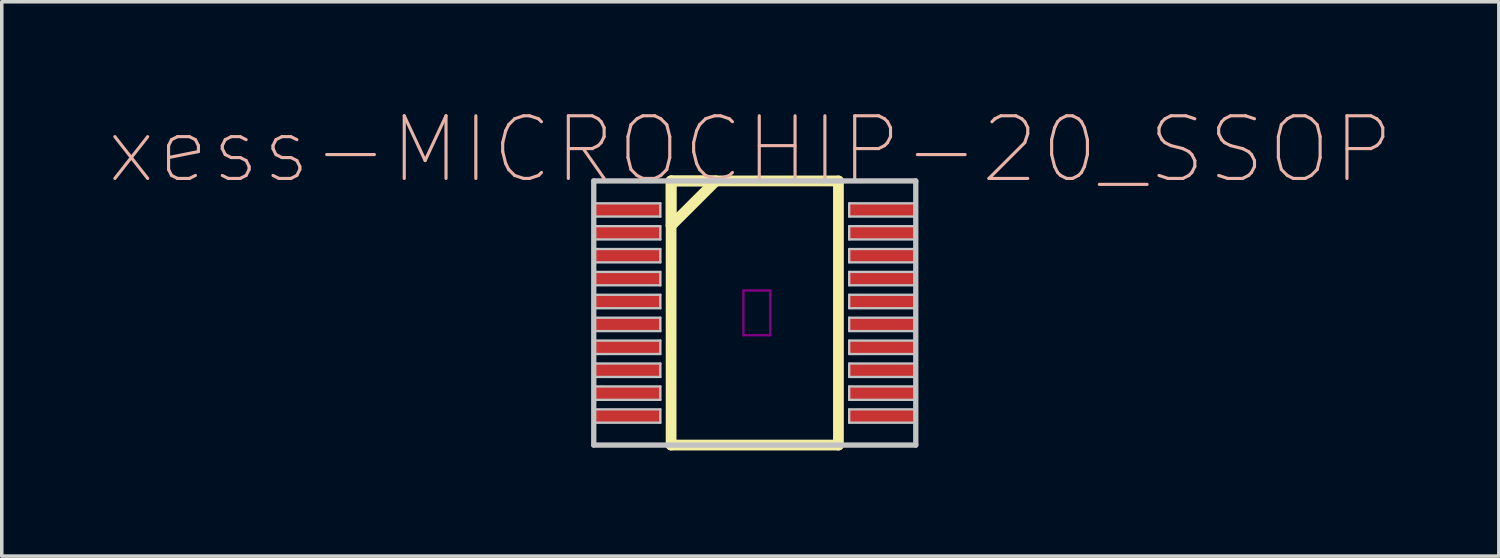
<source format=kicad_pcb>
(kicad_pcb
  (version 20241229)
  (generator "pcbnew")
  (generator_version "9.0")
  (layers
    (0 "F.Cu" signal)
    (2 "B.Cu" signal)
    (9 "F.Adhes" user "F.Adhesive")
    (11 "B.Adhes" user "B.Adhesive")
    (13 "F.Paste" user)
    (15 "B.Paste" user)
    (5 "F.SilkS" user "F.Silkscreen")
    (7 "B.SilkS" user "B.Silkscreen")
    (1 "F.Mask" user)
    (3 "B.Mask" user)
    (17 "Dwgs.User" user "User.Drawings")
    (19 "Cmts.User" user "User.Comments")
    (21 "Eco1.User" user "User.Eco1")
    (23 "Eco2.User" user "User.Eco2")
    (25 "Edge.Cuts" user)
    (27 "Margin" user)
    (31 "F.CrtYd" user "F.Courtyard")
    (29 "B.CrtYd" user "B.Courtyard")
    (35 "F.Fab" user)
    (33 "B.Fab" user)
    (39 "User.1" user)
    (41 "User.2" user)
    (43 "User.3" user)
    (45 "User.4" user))
  (footprint "xess-MICROCHIP-20_SSOP"
    (layer "F.Cu")
    (at 14.746 2.908)
    (property "Reference" "xess-MICROCHIP-20_SSOP" (at 3.498 -1.712 0) (layer "B.SilkS") (effects (font (size 1.778 1.778) (thickness 0.089))))
    (attr smd)
    (fp_line (start 1.25 -0.823) (end 1.25 0.445) (stroke (width 0.305) (type solid)) (layer "F.SilkS"))
    (fp_line (start 1.25 -0.823) (end 1.25 6.673) (stroke (width 0.305) (type solid)) (layer "F.SilkS"))
    (fp_line (start 1.25 0.445) (end 2.52 -0.823) (stroke (width 0.305) (type solid)) (layer "F.SilkS"))
    (fp_line (start 1.25 6.673) (end 5.999 6.673) (stroke (width 0.305) (type solid)) (layer "F.SilkS"))
    (fp_line (start 2.52 -0.823) (end 1.25 -0.823) (stroke (width 0.305) (type solid)) (layer "F.SilkS"))
    (fp_line (start 5.999 -0.823) (end 1.25 -0.823) (stroke (width 0.305) (type solid)) (layer "F.SilkS"))
    (fp_line (start 5.999 6.673) (end 5.999 -0.823) (stroke (width 0.305) (type solid)) (layer "F.SilkS"))
    (fp_line (start 3.302 2.286) (end 4.064 2.286) (stroke (width 0.066) (type solid)) (layer "F.Adhes"))
    (fp_line (start 3.302 3.556) (end 3.302 2.286) (stroke (width 0.066) (type solid)) (layer "F.Adhes"))
    (fp_line (start 3.302 3.556) (end 4.064 3.556) (stroke (width 0.066) (type solid)) (layer "F.Adhes"))
    (fp_line (start 4.064 3.556) (end 4.064 2.286) (stroke (width 0.066) (type solid)) (layer "F.Adhes"))
    (fp_line (start -0.945 -0.823) (end -0.945 6.673) (stroke (width 0.15) (type solid)) (layer "Dwgs.User"))
    (fp_line (start -0.945 -0.188) (end 0.945 -0.188) (stroke (width 0.066) (type solid)) (layer "Dwgs.User"))
    (fp_line (start -0.945 0.188) (end -0.945 -0.188) (stroke (width 0.066) (type solid)) (layer "Dwgs.User"))
    (fp_line (start -0.945 0.188) (end 0.945 0.188) (stroke (width 0.066) (type solid)) (layer "Dwgs.User"))
    (fp_line (start -0.945 0.46) (end 0.945 0.46) (stroke (width 0.066) (type solid)) (layer "Dwgs.User"))
    (fp_line (start -0.945 0.838) (end -0.945 0.46) (stroke (width 0.066) (type solid)) (layer "Dwgs.User"))
    (fp_line (start -0.945 0.838) (end 0.945 0.838) (stroke (width 0.066) (type solid)) (layer "Dwgs.User"))
    (fp_line (start -0.945 1.11) (end 0.945 1.11) (stroke (width 0.066) (type solid)) (layer "Dwgs.User"))
    (fp_line (start -0.945 1.488) (end -0.945 1.11) (stroke (width 0.066) (type solid)) (layer "Dwgs.User"))
    (fp_line (start -0.945 1.488) (end 0.945 1.488) (stroke (width 0.066) (type solid)) (layer "Dwgs.User"))
    (fp_line (start -0.945 1.758) (end 0.945 1.758) (stroke (width 0.066) (type solid)) (layer "Dwgs.User"))
    (fp_line (start -0.945 2.139) (end -0.945 1.758) (stroke (width 0.066) (type solid)) (layer "Dwgs.User"))
    (fp_line (start -0.945 2.139) (end 0.945 2.139) (stroke (width 0.066) (type solid)) (layer "Dwgs.User"))
    (fp_line (start -0.945 2.408) (end 0.945 2.408) (stroke (width 0.066) (type solid)) (layer "Dwgs.User"))
    (fp_line (start -0.945 2.789) (end -0.945 2.408) (stroke (width 0.066) (type solid)) (layer "Dwgs.User"))
    (fp_line (start -0.945 2.789) (end 0.945 2.789) (stroke (width 0.066) (type solid)) (layer "Dwgs.User"))
    (fp_line (start -0.945 3.058) (end 0.945 3.058) (stroke (width 0.066) (type solid)) (layer "Dwgs.User"))
    (fp_line (start -0.945 3.439) (end -0.945 3.058) (stroke (width 0.066) (type solid)) (layer "Dwgs.User"))
    (fp_line (start -0.945 3.439) (end 0.945 3.439) (stroke (width 0.066) (type solid)) (layer "Dwgs.User"))
    (fp_line (start -0.945 3.708) (end 0.945 3.708) (stroke (width 0.066) (type solid)) (layer "Dwgs.User"))
    (fp_line (start -0.945 4.089) (end -0.945 3.708) (stroke (width 0.066) (type solid)) (layer "Dwgs.User"))
    (fp_line (start -0.945 4.089) (end 0.945 4.089) (stroke (width 0.066) (type solid)) (layer "Dwgs.User"))
    (fp_line (start -0.945 4.359) (end 0.945 4.359) (stroke (width 0.066) (type solid)) (layer "Dwgs.User"))
    (fp_line (start -0.945 4.74) (end -0.945 4.359) (stroke (width 0.066) (type solid)) (layer "Dwgs.User"))
    (fp_line (start -0.945 4.74) (end 0.945 4.74) (stroke (width 0.066) (type solid)) (layer "Dwgs.User"))
    (fp_line (start -0.945 5.009) (end 0.945 5.009) (stroke (width 0.066) (type solid)) (layer "Dwgs.User"))
    (fp_line (start -0.945 5.39) (end -0.945 5.009) (stroke (width 0.066) (type solid)) (layer "Dwgs.User"))
    (fp_line (start -0.945 5.39) (end 0.945 5.39) (stroke (width 0.066) (type solid)) (layer "Dwgs.User"))
    (fp_line (start -0.945 5.659) (end 0.945 5.659) (stroke (width 0.066) (type solid)) (layer "Dwgs.User"))
    (fp_line (start -0.945 6.038) (end -0.945 5.659) (stroke (width 0.066) (type solid)) (layer "Dwgs.User"))
    (fp_line (start -0.945 6.038) (end 0.945 6.038) (stroke (width 0.066) (type solid)) (layer "Dwgs.User"))
    (fp_line (start -0.945 6.673) (end 8.194 6.673) (stroke (width 0.15) (type solid)) (layer "Dwgs.User"))
    (fp_line (start 0.945 0.188) (end 0.945 -0.188) (stroke (width 0.066) (type solid)) (layer "Dwgs.User"))
    (fp_line (start 0.945 0.838) (end 0.945 0.46) (stroke (width 0.066) (type solid)) (layer "Dwgs.User"))
    (fp_line (start 0.945 1.488) (end 0.945 1.11) (stroke (width 0.066) (type solid)) (layer "Dwgs.User"))
    (fp_line (start 0.945 2.139) (end 0.945 1.758) (stroke (width 0.066) (type solid)) (layer "Dwgs.User"))
    (fp_line (start 0.945 2.789) (end 0.945 2.408) (stroke (width 0.066) (type solid)) (layer "Dwgs.User"))
    (fp_line (start 0.945 3.439) (end 0.945 3.058) (stroke (width 0.066) (type solid)) (layer "Dwgs.User"))
    (fp_line (start 0.945 4.089) (end 0.945 3.708) (stroke (width 0.066) (type solid)) (layer "Dwgs.User"))
    (fp_line (start 0.945 4.74) (end 0.945 4.359) (stroke (width 0.066) (type solid)) (layer "Dwgs.User"))
    (fp_line (start 0.945 5.39) (end 0.945 5.009) (stroke (width 0.066) (type solid)) (layer "Dwgs.User"))
    (fp_line (start 0.945 6.038) (end 0.945 5.659) (stroke (width 0.066) (type solid)) (layer "Dwgs.User"))
    (fp_line (start 6.304 -0.188) (end 8.194 -0.188) (stroke (width 0.066) (type solid)) (layer "Dwgs.User"))
    (fp_line (start 6.304 0.188) (end 6.304 -0.188) (stroke (width 0.066) (type solid)) (layer "Dwgs.User"))
    (fp_line (start 6.304 0.188) (end 8.194 0.188) (stroke (width 0.066) (type solid)) (layer "Dwgs.User"))
    (fp_line (start 6.304 0.46) (end 8.194 0.46) (stroke (width 0.066) (type solid)) (layer "Dwgs.User"))
    (fp_line (start 6.304 0.838) (end 6.304 0.46) (stroke (width 0.066) (type solid)) (layer "Dwgs.User"))
    (fp_line (start 6.304 0.838) (end 8.194 0.838) (stroke (width 0.066) (type solid)) (layer "Dwgs.User"))
    (fp_line (start 6.304 1.11) (end 8.194 1.11) (stroke (width 0.066) (type solid)) (layer "Dwgs.User"))
    (fp_line (start 6.304 1.488) (end 6.304 1.11) (stroke (width 0.066) (type solid)) (layer "Dwgs.User"))
    (fp_line (start 6.304 1.488) (end 8.194 1.488) (stroke (width 0.066) (type solid)) (layer "Dwgs.User"))
    (fp_line (start 6.304 1.758) (end 8.194 1.758) (stroke (width 0.066) (type solid)) (layer "Dwgs.User"))
    (fp_line (start 6.304 2.139) (end 6.304 1.758) (stroke (width 0.066) (type solid)) (layer "Dwgs.User"))
    (fp_line (start 6.304 2.139) (end 8.194 2.139) (stroke (width 0.066) (type solid)) (layer "Dwgs.User"))
    (fp_line (start 6.304 2.408) (end 8.194 2.408) (stroke (width 0.066) (type solid)) (layer "Dwgs.User"))
    (fp_line (start 6.304 2.789) (end 6.304 2.408) (stroke (width 0.066) (type solid)) (layer "Dwgs.User"))
    (fp_line (start 6.304 2.789) (end 8.194 2.789) (stroke (width 0.066) (type solid)) (layer "Dwgs.User"))
    (fp_line (start 6.304 3.058) (end 8.194 3.058) (stroke (width 0.066) (type solid)) (layer "Dwgs.User"))
    (fp_line (start 6.304 3.439) (end 6.304 3.058) (stroke (width 0.066) (type solid)) (layer "Dwgs.User"))
    (fp_line (start 6.304 3.439) (end 8.194 3.439) (stroke (width 0.066) (type solid)) (layer "Dwgs.User"))
    (fp_line (start 6.304 3.708) (end 8.194 3.708) (stroke (width 0.066) (type solid)) (layer "Dwgs.User"))
    (fp_line (start 6.304 4.089) (end 6.304 3.708) (stroke (width 0.066) (type solid)) (layer "Dwgs.User"))
    (fp_line (start 6.304 4.089) (end 8.194 4.089) (stroke (width 0.066) (type solid)) (layer "Dwgs.User"))
    (fp_line (start 6.304 4.359) (end 8.194 4.359) (stroke (width 0.066) (type solid)) (layer "Dwgs.User"))
    (fp_line (start 6.304 4.74) (end 6.304 4.359) (stroke (width 0.066) (type solid)) (layer "Dwgs.User"))
    (fp_line (start 6.304 4.74) (end 8.194 4.74) (stroke (width 0.066) (type solid)) (layer "Dwgs.User"))
    (fp_line (start 6.304 5.009) (end 8.194 5.009) (stroke (width 0.066) (type solid)) (layer "Dwgs.User"))
    (fp_line (start 6.304 5.39) (end 6.304 5.009) (stroke (width 0.066) (type solid)) (layer "Dwgs.User"))
    (fp_line (start 6.304 5.39) (end 8.194 5.39) (stroke (width 0.066) (type solid)) (layer "Dwgs.User"))
    (fp_line (start 6.304 5.659) (end 8.194 5.659) (stroke (width 0.066) (type solid)) (layer "Dwgs.User"))
    (fp_line (start 6.304 6.038) (end 6.304 5.659) (stroke (width 0.066) (type solid)) (layer "Dwgs.User"))
    (fp_line (start 6.304 6.038) (end 8.194 6.038) (stroke (width 0.066) (type solid)) (layer "Dwgs.User"))
    (fp_line (start 8.194 -0.823) (end -0.945 -0.823) (stroke (width 0.15) (type solid)) (layer "Dwgs.User"))
    (fp_line (start 8.194 0.188) (end 8.194 -0.188) (stroke (width 0.066) (type solid)) (layer "Dwgs.User"))
    (fp_line (start 8.194 0.838) (end 8.194 0.46) (stroke (width 0.066) (type solid)) (layer "Dwgs.User"))
    (fp_line (start 8.194 1.488) (end 8.194 1.11) (stroke (width 0.066) (type solid)) (layer "Dwgs.User"))
    (fp_line (start 8.194 2.139) (end 8.194 1.758) (stroke (width 0.066) (type solid)) (layer "Dwgs.User"))
    (fp_line (start 8.194 2.789) (end 8.194 2.408) (stroke (width 0.066) (type solid)) (layer "Dwgs.User"))
    (fp_line (start 8.194 3.439) (end 8.194 3.058) (stroke (width 0.066) (type solid)) (layer "Dwgs.User"))
    (fp_line (start 8.194 4.089) (end 8.194 3.708) (stroke (width 0.066) (type solid)) (layer "Dwgs.User"))
    (fp_line (start 8.194 4.74) (end 8.194 4.359) (stroke (width 0.066) (type solid)) (layer "Dwgs.User"))
    (fp_line (start 8.194 5.39) (end 8.194 5.009) (stroke (width 0.066) (type solid)) (layer "Dwgs.User"))
    (fp_line (start 8.194 6.038) (end 8.194 5.659) (stroke (width 0.066) (type solid)) (layer "Dwgs.User"))
    (fp_line (start 8.194 6.673) (end 8.194 -0.823) (stroke (width 0.15) (type solid)) (layer "Dwgs.User"))
    (pad "1" smd rect (at 0 0) (size 1.89 0.378) (layers "F.Cu" "F.Mask" "F.Paste"))
    (pad "2" smd rect (at 0 0.648) (size 1.89 0.378) (layers "F.Cu" "F.Mask" "F.Paste"))
    (pad "3" smd rect (at 0 1.298) (size 1.89 0.378) (layers "F.Cu" "F.Mask" "F.Paste"))
    (pad "4" smd rect (at 0 1.948) (size 1.89 0.378) (layers "F.Cu" "F.Mask" "F.Paste"))
    (pad "5" smd rect (at 0 2.598) (size 1.89 0.378) (layers "F.Cu" "F.Mask" "F.Paste"))
    (pad "6" smd rect (at 0 3.249) (size 1.89 0.378) (layers "F.Cu" "F.Mask" "F.Paste"))
    (pad "7" smd rect (at 0 3.899) (size 1.89 0.378) (layers "F.Cu" "F.Mask" "F.Paste"))
    (pad "8" smd rect (at 0 4.549) (size 1.89 0.378) (layers "F.Cu" "F.Mask" "F.Paste"))
    (pad "9" smd rect (at 0 5.199) (size 1.89 0.378) (layers "F.Cu" "F.Mask" "F.Paste"))
    (pad "10" smd rect (at 0 5.85) (size 1.89 0.378) (layers "F.Cu" "F.Mask" "F.Paste"))
    (pad "11" smd rect (at 7.249 5.85) (size 1.89 0.378) (layers "F.Cu" "F.Mask" "F.Paste"))
    (pad "12" smd rect (at 7.249 5.199) (size 1.89 0.378) (layers "F.Cu" "F.Mask" "F.Paste"))
    (pad "13" smd rect (at 7.249 4.549) (size 1.89 0.378) (layers "F.Cu" "F.Mask" "F.Paste"))
    (pad "14" smd rect (at 7.249 3.899) (size 1.89 0.378) (layers "F.Cu" "F.Mask" "F.Paste"))
    (pad "15" smd rect (at 7.249 3.249) (size 1.89 0.378) (layers "F.Cu" "F.Mask" "F.Paste"))
    (pad "16" smd rect (at 7.249 2.598) (size 1.89 0.378) (layers "F.Cu" "F.Mask" "F.Paste"))
    (pad "17" smd rect (at 7.249 1.948) (size 1.89 0.378) (layers "F.Cu" "F.Mask" "F.Paste"))
    (pad "18" smd rect (at 7.249 1.298) (size 1.89 0.378) (layers "F.Cu" "F.Mask" "F.Paste"))
    (pad "19" smd rect (at 7.249 0.648) (size 1.89 0.378) (layers "F.Cu" "F.Mask" "F.Paste"))
    (pad "20" smd rect (at 7.249 0) (size 1.89 0.378) (layers "F.Cu" "F.Mask" "F.Paste")))
  (gr_rect
    (start -3 -3)
    (end 39.487 12.733)
    (stroke (width 0.1) (type default))
    (fill no)
    (layer "Edge.Cuts")))
</source>
